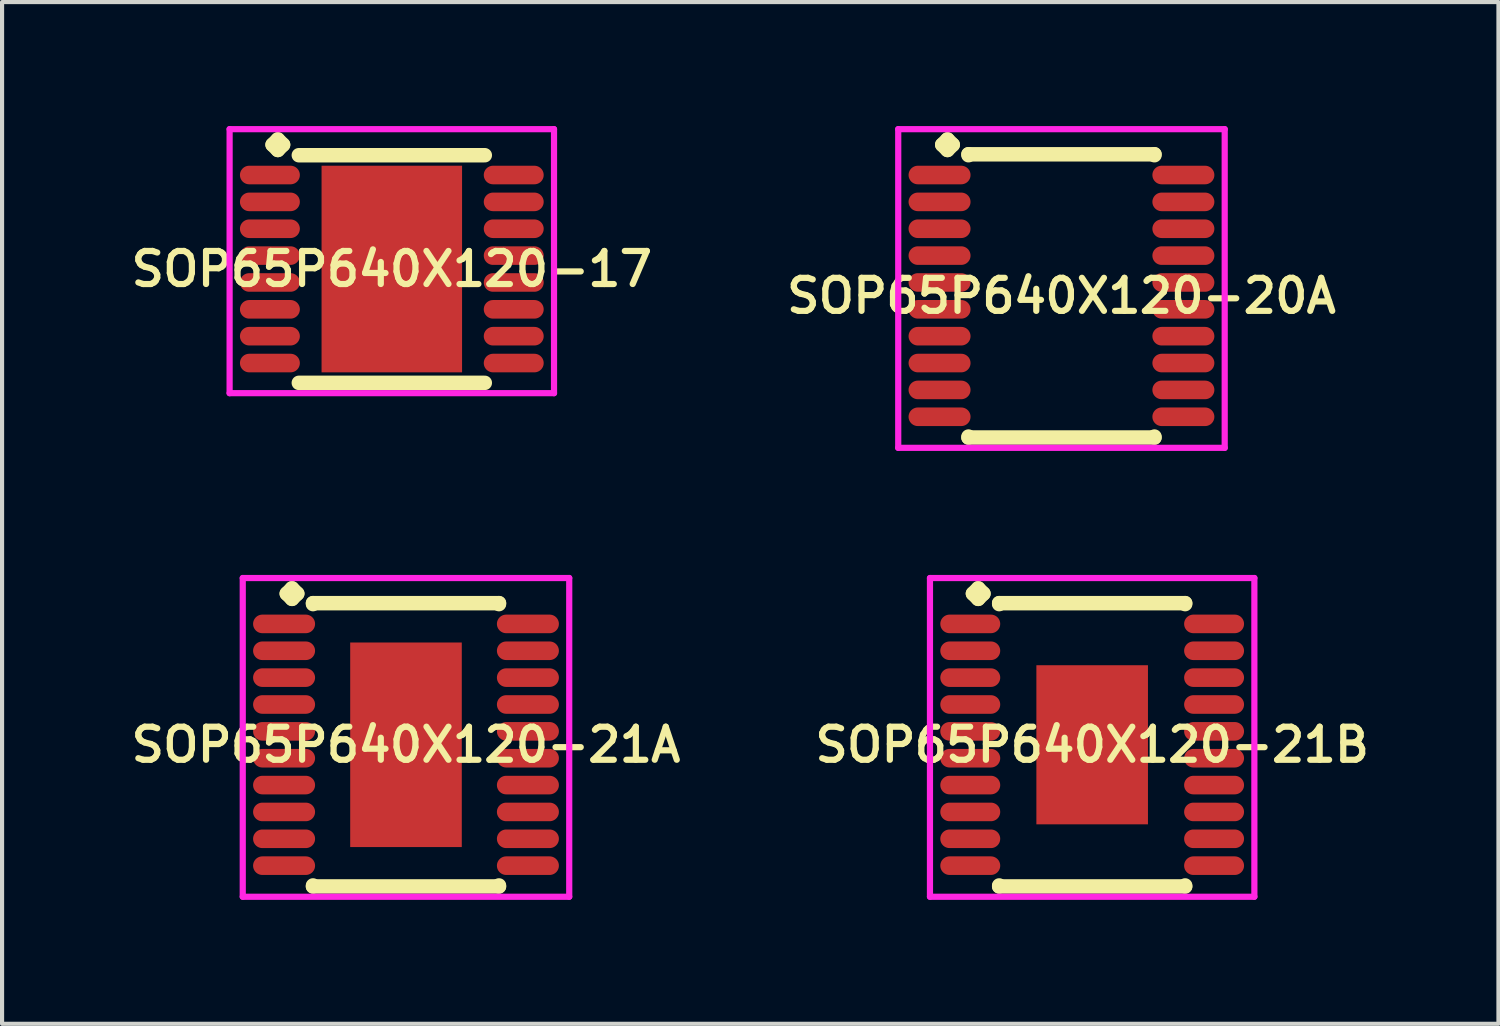
<source format=kicad_pcb>
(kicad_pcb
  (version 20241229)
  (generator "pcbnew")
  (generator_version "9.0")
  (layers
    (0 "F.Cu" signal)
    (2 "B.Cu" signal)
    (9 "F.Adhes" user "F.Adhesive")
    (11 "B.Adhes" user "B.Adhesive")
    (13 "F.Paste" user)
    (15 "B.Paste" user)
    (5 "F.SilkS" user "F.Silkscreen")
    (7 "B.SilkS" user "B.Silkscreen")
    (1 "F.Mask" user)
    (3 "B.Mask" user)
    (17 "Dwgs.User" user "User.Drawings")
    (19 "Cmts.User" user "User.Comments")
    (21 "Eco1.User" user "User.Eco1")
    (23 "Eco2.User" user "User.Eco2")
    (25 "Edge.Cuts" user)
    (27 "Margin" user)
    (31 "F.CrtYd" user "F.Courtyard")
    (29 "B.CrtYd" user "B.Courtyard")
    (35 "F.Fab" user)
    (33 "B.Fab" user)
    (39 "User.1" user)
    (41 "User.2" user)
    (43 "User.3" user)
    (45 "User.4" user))
  (footprint "SOP65P640X120-17"
    (layer "F.Cu")
    (at 6.431 3.46)
    (property "Reference" "SOP65P640X120-17" (at 0 0 0) (layer "F.SilkS") (effects (font (size 0.8 0.8) (thickness 0.15))))
    (attr smd)
    (fp_line (start -2.885 -3.008) (end -2.758 -3.135) (stroke (width 0.35) (type solid)) (layer "F.SilkS"))
    (fp_line (start -2.758 -3.135) (end -2.631 -3.008) (stroke (width 0.35) (type solid)) (layer "F.SilkS"))
    (fp_line (start -2.758 -2.881) (end -2.885 -3.008) (stroke (width 0.35) (type solid)) (layer "F.SilkS"))
    (fp_line (start -2.631 -3.008) (end -2.758 -2.881) (stroke (width 0.35) (type solid)) (layer "F.SilkS"))
    (fp_line (start -2.25 -2.754) (end 2.25 -2.754) (stroke (width 0.35) (type solid)) (layer "F.SilkS"))
    (fp_line (start -2.25 2.754) (end 2.25 2.754) (stroke (width 0.35) (type solid)) (layer "F.SilkS"))
    (fp_line (start -3.925 -3.385) (end 3.925 -3.385) (stroke (width 0.15) (type solid)) (layer "F.CrtYd"))
    (fp_line (start -3.925 3.004) (end -3.925 -3.385) (stroke (width 0.15) (type solid)) (layer "F.CrtYd"))
    (fp_line (start 3.925 -3.385) (end 3.925 3.004) (stroke (width 0.15) (type solid)) (layer "F.CrtYd"))
    (fp_line (start 3.925 3.004) (end -3.925 3.004) (stroke (width 0.15) (type solid)) (layer "F.CrtYd"))
    (pad "1" smd oval (at -2.95 -2.275) (size 1.45 0.45) (layers "F.Cu" "F.Mask" "F.Paste"))
    (pad "2" smd oval (at -2.95 -1.625) (size 1.45 0.45) (layers "F.Cu" "F.Mask" "F.Paste"))
    (pad "3" smd oval (at -2.95 -0.975) (size 1.45 0.45) (layers "F.Cu" "F.Mask" "F.Paste"))
    (pad "4" smd oval (at -2.95 -0.325) (size 1.45 0.45) (layers "F.Cu" "F.Mask" "F.Paste"))
    (pad "5" smd oval (at -2.95 0.325) (size 1.45 0.45) (layers "F.Cu" "F.Mask" "F.Paste"))
    (pad "6" smd oval (at -2.95 0.975) (size 1.45 0.45) (layers "F.Cu" "F.Mask" "F.Paste"))
    (pad "7" smd oval (at -2.95 1.625) (size 1.45 0.45) (layers "F.Cu" "F.Mask" "F.Paste"))
    (pad "8" smd oval (at -2.95 2.275) (size 1.45 0.45) (layers "F.Cu" "F.Mask" "F.Paste"))
    (pad "9" smd oval (at 2.95 2.275) (size 1.45 0.45) (layers "F.Cu" "F.Mask" "F.Paste"))
    (pad "10" smd oval (at 2.95 1.625) (size 1.45 0.45) (layers "F.Cu" "F.Mask" "F.Paste"))
    (pad "11" smd oval (at 2.95 0.975) (size 1.45 0.45) (layers "F.Cu" "F.Mask" "F.Paste"))
    (pad "12" smd oval (at 2.95 0.325) (size 1.45 0.45) (layers "F.Cu" "F.Mask" "F.Paste"))
    (pad "13" smd oval (at 2.95 -0.325) (size 1.45 0.45) (layers "F.Cu" "F.Mask" "F.Paste"))
    (pad "14" smd oval (at 2.95 -0.975) (size 1.45 0.45) (layers "F.Cu" "F.Mask" "F.Paste"))
    (pad "15" smd oval (at 2.95 -1.625) (size 1.45 0.45) (layers "F.Cu" "F.Mask" "F.Paste"))
    (pad "16" smd oval (at 2.95 -2.275) (size 1.45 0.45) (layers "F.Cu" "F.Mask" "F.Paste"))
    (pad "17" smd rect (at 0 0) (size 3.4 5) (layers "F.Cu" "F.Mask" "F.Paste")))
  (footprint "SOP65P640X120-21B"
    (layer "F.Cu")
    (at 23.378 14.972)
    (property "Reference" "SOP65P640X120-21B" (at 0 0 0) (layer "F.SilkS") (effects (font (size 0.8 0.8) (thickness 0.15))))
    (attr smd)
    (fp_line (start -2.885 -3.658) (end -2.758 -3.785) (stroke (width 0.35) (type solid)) (layer "F.SilkS"))
    (fp_line (start -2.758 -3.785) (end -2.631 -3.658) (stroke (width 0.35) (type solid)) (layer "F.SilkS"))
    (fp_line (start -2.758 -3.531) (end -2.885 -3.658) (stroke (width 0.35) (type solid)) (layer "F.SilkS"))
    (fp_line (start -2.631 -3.658) (end -2.758 -3.531) (stroke (width 0.35) (type solid)) (layer "F.SilkS"))
    (fp_line (start -2.25 -3.427) (end 2.25 -3.427) (stroke (width 0.35) (type solid)) (layer "F.SilkS"))
    (fp_line (start -2.25 -3.404) (end -2.25 -3.427) (stroke (width 0.35) (type solid)) (layer "F.SilkS"))
    (fp_line (start -2.25 3.404) (end -2.25 3.427) (stroke (width 0.35) (type solid)) (layer "F.SilkS"))
    (fp_line (start -2.25 3.427) (end 2.25 3.427) (stroke (width 0.35) (type solid)) (layer "F.SilkS"))
    (fp_line (start 2.25 -3.427) (end 2.25 -3.404) (stroke (width 0.35) (type solid)) (layer "F.SilkS"))
    (fp_line (start 2.25 3.427) (end 2.25 3.404) (stroke (width 0.35) (type solid)) (layer "F.SilkS"))
    (fp_line (start -3.925 -4.035) (end 3.925 -4.035) (stroke (width 0.15) (type solid)) (layer "F.CrtYd"))
    (fp_line (start -3.925 3.677) (end -3.925 -4.035) (stroke (width 0.15) (type solid)) (layer "F.CrtYd"))
    (fp_line (start 3.925 -4.035) (end 3.925 3.677) (stroke (width 0.15) (type solid)) (layer "F.CrtYd"))
    (fp_line (start 3.925 3.677) (end -3.925 3.677) (stroke (width 0.15) (type solid)) (layer "F.CrtYd"))
    (pad "1" smd oval (at -2.95 -2.925) (size 1.45 0.45) (layers "F.Cu" "F.Mask" "F.Paste"))
    (pad "2" smd oval (at -2.95 -2.275) (size 1.45 0.45) (layers "F.Cu" "F.Mask" "F.Paste"))
    (pad "3" smd oval (at -2.95 -1.625) (size 1.45 0.45) (layers "F.Cu" "F.Mask" "F.Paste"))
    (pad "4" smd oval (at -2.95 -0.975) (size 1.45 0.45) (layers "F.Cu" "F.Mask" "F.Paste"))
    (pad "5" smd oval (at -2.95 -0.325) (size 1.45 0.45) (layers "F.Cu" "F.Mask" "F.Paste"))
    (pad "6" smd oval (at -2.95 0.325) (size 1.45 0.45) (layers "F.Cu" "F.Mask" "F.Paste"))
    (pad "7" smd oval (at -2.95 0.975) (size 1.45 0.45) (layers "F.Cu" "F.Mask" "F.Paste"))
    (pad "8" smd oval (at -2.95 1.625) (size 1.45 0.45) (layers "F.Cu" "F.Mask" "F.Paste"))
    (pad "9" smd oval (at -2.95 2.275) (size 1.45 0.45) (layers "F.Cu" "F.Mask" "F.Paste"))
    (pad "10" smd oval (at -2.95 2.925) (size 1.45 0.45) (layers "F.Cu" "F.Mask" "F.Paste"))
    (pad "11" smd oval (at 2.95 2.925) (size 1.45 0.45) (layers "F.Cu" "F.Mask" "F.Paste"))
    (pad "12" smd oval (at 2.95 2.275) (size 1.45 0.45) (layers "F.Cu" "F.Mask" "F.Paste"))
    (pad "13" smd oval (at 2.95 1.625) (size 1.45 0.45) (layers "F.Cu" "F.Mask" "F.Paste"))
    (pad "14" smd oval (at 2.95 0.975) (size 1.45 0.45) (layers "F.Cu" "F.Mask" "F.Paste"))
    (pad "15" smd oval (at 2.95 0.325) (size 1.45 0.45) (layers "F.Cu" "F.Mask" "F.Paste"))
    (pad "16" smd oval (at 2.95 -0.325) (size 1.45 0.45) (layers "F.Cu" "F.Mask" "F.Paste"))
    (pad "17" smd oval (at 2.95 -0.975) (size 1.45 0.45) (layers "F.Cu" "F.Mask" "F.Paste"))
    (pad "18" smd oval (at 2.95 -1.625) (size 1.45 0.45) (layers "F.Cu" "F.Mask" "F.Paste"))
    (pad "19" smd oval (at 2.95 -2.275) (size 1.45 0.45) (layers "F.Cu" "F.Mask" "F.Paste"))
    (pad "20" smd oval (at 2.95 -2.925) (size 1.45 0.45) (layers "F.Cu" "F.Mask" "F.Paste"))
    (pad "21" smd rect (at 0 0) (size 2.7 3.85) (layers "F.Cu" "F.Mask" "F.Paste")))
  (footprint "SOP65P640X120-20A"
    (layer "F.Cu")
    (at 22.635 4.11)
    (property "Reference" "SOP65P640X120-20A" (at 0 0 0) (layer "F.SilkS") (effects (font (size 0.8 0.8) (thickness 0.15))))
    (attr smd)
    (fp_line (start -2.885 -3.658) (end -2.758 -3.785) (stroke (width 0.35) (type solid)) (layer "F.SilkS"))
    (fp_line (start -2.758 -3.785) (end -2.631 -3.658) (stroke (width 0.35) (type solid)) (layer "F.SilkS"))
    (fp_line (start -2.758 -3.531) (end -2.885 -3.658) (stroke (width 0.35) (type solid)) (layer "F.SilkS"))
    (fp_line (start -2.631 -3.658) (end -2.758 -3.531) (stroke (width 0.35) (type solid)) (layer "F.SilkS"))
    (fp_line (start -2.25 -3.427) (end 2.25 -3.427) (stroke (width 0.35) (type solid)) (layer "F.SilkS"))
    (fp_line (start -2.25 -3.404) (end -2.25 -3.427) (stroke (width 0.35) (type solid)) (layer "F.SilkS"))
    (fp_line (start -2.25 3.404) (end -2.25 3.427) (stroke (width 0.35) (type solid)) (layer "F.SilkS"))
    (fp_line (start -2.25 3.427) (end 2.25 3.427) (stroke (width 0.35) (type solid)) (layer "F.SilkS"))
    (fp_line (start 2.25 -3.427) (end 2.25 -3.404) (stroke (width 0.35) (type solid)) (layer "F.SilkS"))
    (fp_line (start 2.25 3.427) (end 2.25 3.404) (stroke (width 0.35) (type solid)) (layer "F.SilkS"))
    (fp_line (start -3.95 -4.035) (end 3.95 -4.035) (stroke (width 0.15) (type solid)) (layer "F.CrtYd"))
    (fp_line (start -3.95 3.677) (end -3.95 -4.035) (stroke (width 0.15) (type solid)) (layer "F.CrtYd"))
    (fp_line (start 3.95 -4.035) (end 3.95 3.677) (stroke (width 0.15) (type solid)) (layer "F.CrtYd"))
    (fp_line (start 3.95 3.677) (end -3.95 3.677) (stroke (width 0.15) (type solid)) (layer "F.CrtYd"))
    (pad "1" smd oval (at -2.95 -2.925) (size 1.5 0.45) (layers "F.Cu" "F.Mask" "F.Paste"))
    (pad "2" smd oval (at -2.95 -2.275) (size 1.5 0.45) (layers "F.Cu" "F.Mask" "F.Paste"))
    (pad "3" smd oval (at -2.95 -1.625) (size 1.5 0.45) (layers "F.Cu" "F.Mask" "F.Paste"))
    (pad "4" smd oval (at -2.95 -0.975) (size 1.5 0.45) (layers "F.Cu" "F.Mask" "F.Paste"))
    (pad "5" smd oval (at -2.95 -0.325) (size 1.5 0.45) (layers "F.Cu" "F.Mask" "F.Paste"))
    (pad "6" smd oval (at -2.95 0.325) (size 1.5 0.45) (layers "F.Cu" "F.Mask" "F.Paste"))
    (pad "7" smd oval (at -2.95 0.975) (size 1.5 0.45) (layers "F.Cu" "F.Mask" "F.Paste"))
    (pad "8" smd oval (at -2.95 1.625) (size 1.5 0.45) (layers "F.Cu" "F.Mask" "F.Paste"))
    (pad "9" smd oval (at -2.95 2.275) (size 1.5 0.45) (layers "F.Cu" "F.Mask" "F.Paste"))
    (pad "10" smd oval (at -2.95 2.925) (size 1.5 0.45) (layers "F.Cu" "F.Mask" "F.Paste"))
    (pad "11" smd oval (at 2.95 2.925) (size 1.5 0.45) (layers "F.Cu" "F.Mask" "F.Paste"))
    (pad "12" smd oval (at 2.95 2.275) (size 1.5 0.45) (layers "F.Cu" "F.Mask" "F.Paste"))
    (pad "13" smd oval (at 2.95 1.625) (size 1.5 0.45) (layers "F.Cu" "F.Mask" "F.Paste"))
    (pad "14" smd oval (at 2.95 0.975) (size 1.5 0.45) (layers "F.Cu" "F.Mask" "F.Paste"))
    (pad "15" smd oval (at 2.95 0.325) (size 1.5 0.45) (layers "F.Cu" "F.Mask" "F.Paste"))
    (pad "16" smd oval (at 2.95 -0.325) (size 1.5 0.45) (layers "F.Cu" "F.Mask" "F.Paste"))
    (pad "17" smd oval (at 2.95 -0.975) (size 1.5 0.45) (layers "F.Cu" "F.Mask" "F.Paste"))
    (pad "18" smd oval (at 2.95 -1.625) (size 1.5 0.45) (layers "F.Cu" "F.Mask" "F.Paste"))
    (pad "19" smd oval (at 2.95 -2.275) (size 1.5 0.45) (layers "F.Cu" "F.Mask" "F.Paste"))
    (pad "20" smd oval (at 2.95 -2.925) (size 1.5 0.45) (layers "F.Cu" "F.Mask" "F.Paste")))
  (footprint "SOP65P640X120-21A"
    (layer "F.Cu")
    (at 6.774 14.972)
    (property "Reference" "SOP65P640X120-21A" (at 0 0 0) (layer "F.SilkS") (effects (font (size 0.8 0.8) (thickness 0.15))))
    (attr smd)
    (fp_line (start -2.885 -3.658) (end -2.758 -3.785) (stroke (width 0.35) (type solid)) (layer "F.SilkS"))
    (fp_line (start -2.758 -3.785) (end -2.631 -3.658) (stroke (width 0.35) (type solid)) (layer "F.SilkS"))
    (fp_line (start -2.758 -3.531) (end -2.885 -3.658) (stroke (width 0.35) (type solid)) (layer "F.SilkS"))
    (fp_line (start -2.631 -3.658) (end -2.758 -3.531) (stroke (width 0.35) (type solid)) (layer "F.SilkS"))
    (fp_line (start -2.25 -3.427) (end 2.25 -3.427) (stroke (width 0.35) (type solid)) (layer "F.SilkS"))
    (fp_line (start -2.25 -3.404) (end -2.25 -3.427) (stroke (width 0.35) (type solid)) (layer "F.SilkS"))
    (fp_line (start -2.25 3.404) (end -2.25 3.427) (stroke (width 0.35) (type solid)) (layer "F.SilkS"))
    (fp_line (start -2.25 3.427) (end 2.25 3.427) (stroke (width 0.35) (type solid)) (layer "F.SilkS"))
    (fp_line (start 2.25 -3.427) (end 2.25 -3.404) (stroke (width 0.35) (type solid)) (layer "F.SilkS"))
    (fp_line (start 2.25 3.427) (end 2.25 3.404) (stroke (width 0.35) (type solid)) (layer "F.SilkS"))
    (fp_line (start -3.95 -4.035) (end 3.95 -4.035) (stroke (width 0.15) (type solid)) (layer "F.CrtYd"))
    (fp_line (start -3.95 3.677) (end -3.95 -4.035) (stroke (width 0.15) (type solid)) (layer "F.CrtYd"))
    (fp_line (start 3.95 -4.035) (end 3.95 3.677) (stroke (width 0.15) (type solid)) (layer "F.CrtYd"))
    (fp_line (start 3.95 3.677) (end -3.95 3.677) (stroke (width 0.15) (type solid)) (layer "F.CrtYd"))
    (pad "1" smd oval (at -2.95 -2.925) (size 1.5 0.45) (layers "F.Cu" "F.Mask" "F.Paste"))
    (pad "2" smd oval (at -2.95 -2.275) (size 1.5 0.45) (layers "F.Cu" "F.Mask" "F.Paste"))
    (pad "3" smd oval (at -2.95 -1.625) (size 1.5 0.45) (layers "F.Cu" "F.Mask" "F.Paste"))
    (pad "4" smd oval (at -2.95 -0.975) (size 1.5 0.45) (layers "F.Cu" "F.Mask" "F.Paste"))
    (pad "5" smd oval (at -2.95 -0.325) (size 1.5 0.45) (layers "F.Cu" "F.Mask" "F.Paste"))
    (pad "6" smd oval (at -2.95 0.325) (size 1.5 0.45) (layers "F.Cu" "F.Mask" "F.Paste"))
    (pad "7" smd oval (at -2.95 0.975) (size 1.5 0.45) (layers "F.Cu" "F.Mask" "F.Paste"))
    (pad "8" smd oval (at -2.95 1.625) (size 1.5 0.45) (layers "F.Cu" "F.Mask" "F.Paste"))
    (pad "9" smd oval (at -2.95 2.275) (size 1.5 0.45) (layers "F.Cu" "F.Mask" "F.Paste"))
    (pad "10" smd oval (at -2.95 2.925) (size 1.5 0.45) (layers "F.Cu" "F.Mask" "F.Paste"))
    (pad "11" smd oval (at 2.95 2.925) (size 1.5 0.45) (layers "F.Cu" "F.Mask" "F.Paste"))
    (pad "12" smd oval (at 2.95 2.275) (size 1.5 0.45) (layers "F.Cu" "F.Mask" "F.Paste"))
    (pad "13" smd oval (at 2.95 1.625) (size 1.5 0.45) (layers "F.Cu" "F.Mask" "F.Paste"))
    (pad "14" smd oval (at 2.95 0.975) (size 1.5 0.45) (layers "F.Cu" "F.Mask" "F.Paste"))
    (pad "15" smd oval (at 2.95 0.325) (size 1.5 0.45) (layers "F.Cu" "F.Mask" "F.Paste"))
    (pad "16" smd oval (at 2.95 -0.325) (size 1.5 0.45) (layers "F.Cu" "F.Mask" "F.Paste"))
    (pad "17" smd oval (at 2.95 -0.975) (size 1.5 0.45) (layers "F.Cu" "F.Mask" "F.Paste"))
    (pad "18" smd oval (at 2.95 -1.625) (size 1.5 0.45) (layers "F.Cu" "F.Mask" "F.Paste"))
    (pad "19" smd oval (at 2.95 -2.275) (size 1.5 0.45) (layers "F.Cu" "F.Mask" "F.Paste"))
    (pad "20" smd oval (at 2.95 -2.925) (size 1.5 0.45) (layers "F.Cu" "F.Mask" "F.Paste"))
    (pad "21" smd rect (at 0 0) (size 2.7 4.95) (layers "F.Cu" "F.Mask" "F.Paste")))
  (gr_rect
    (start -3 -3)
    (end 33.209 21.724)
    (stroke (width 0.1) (type default))
    (fill no)
    (layer "Edge.Cuts")))
</source>
